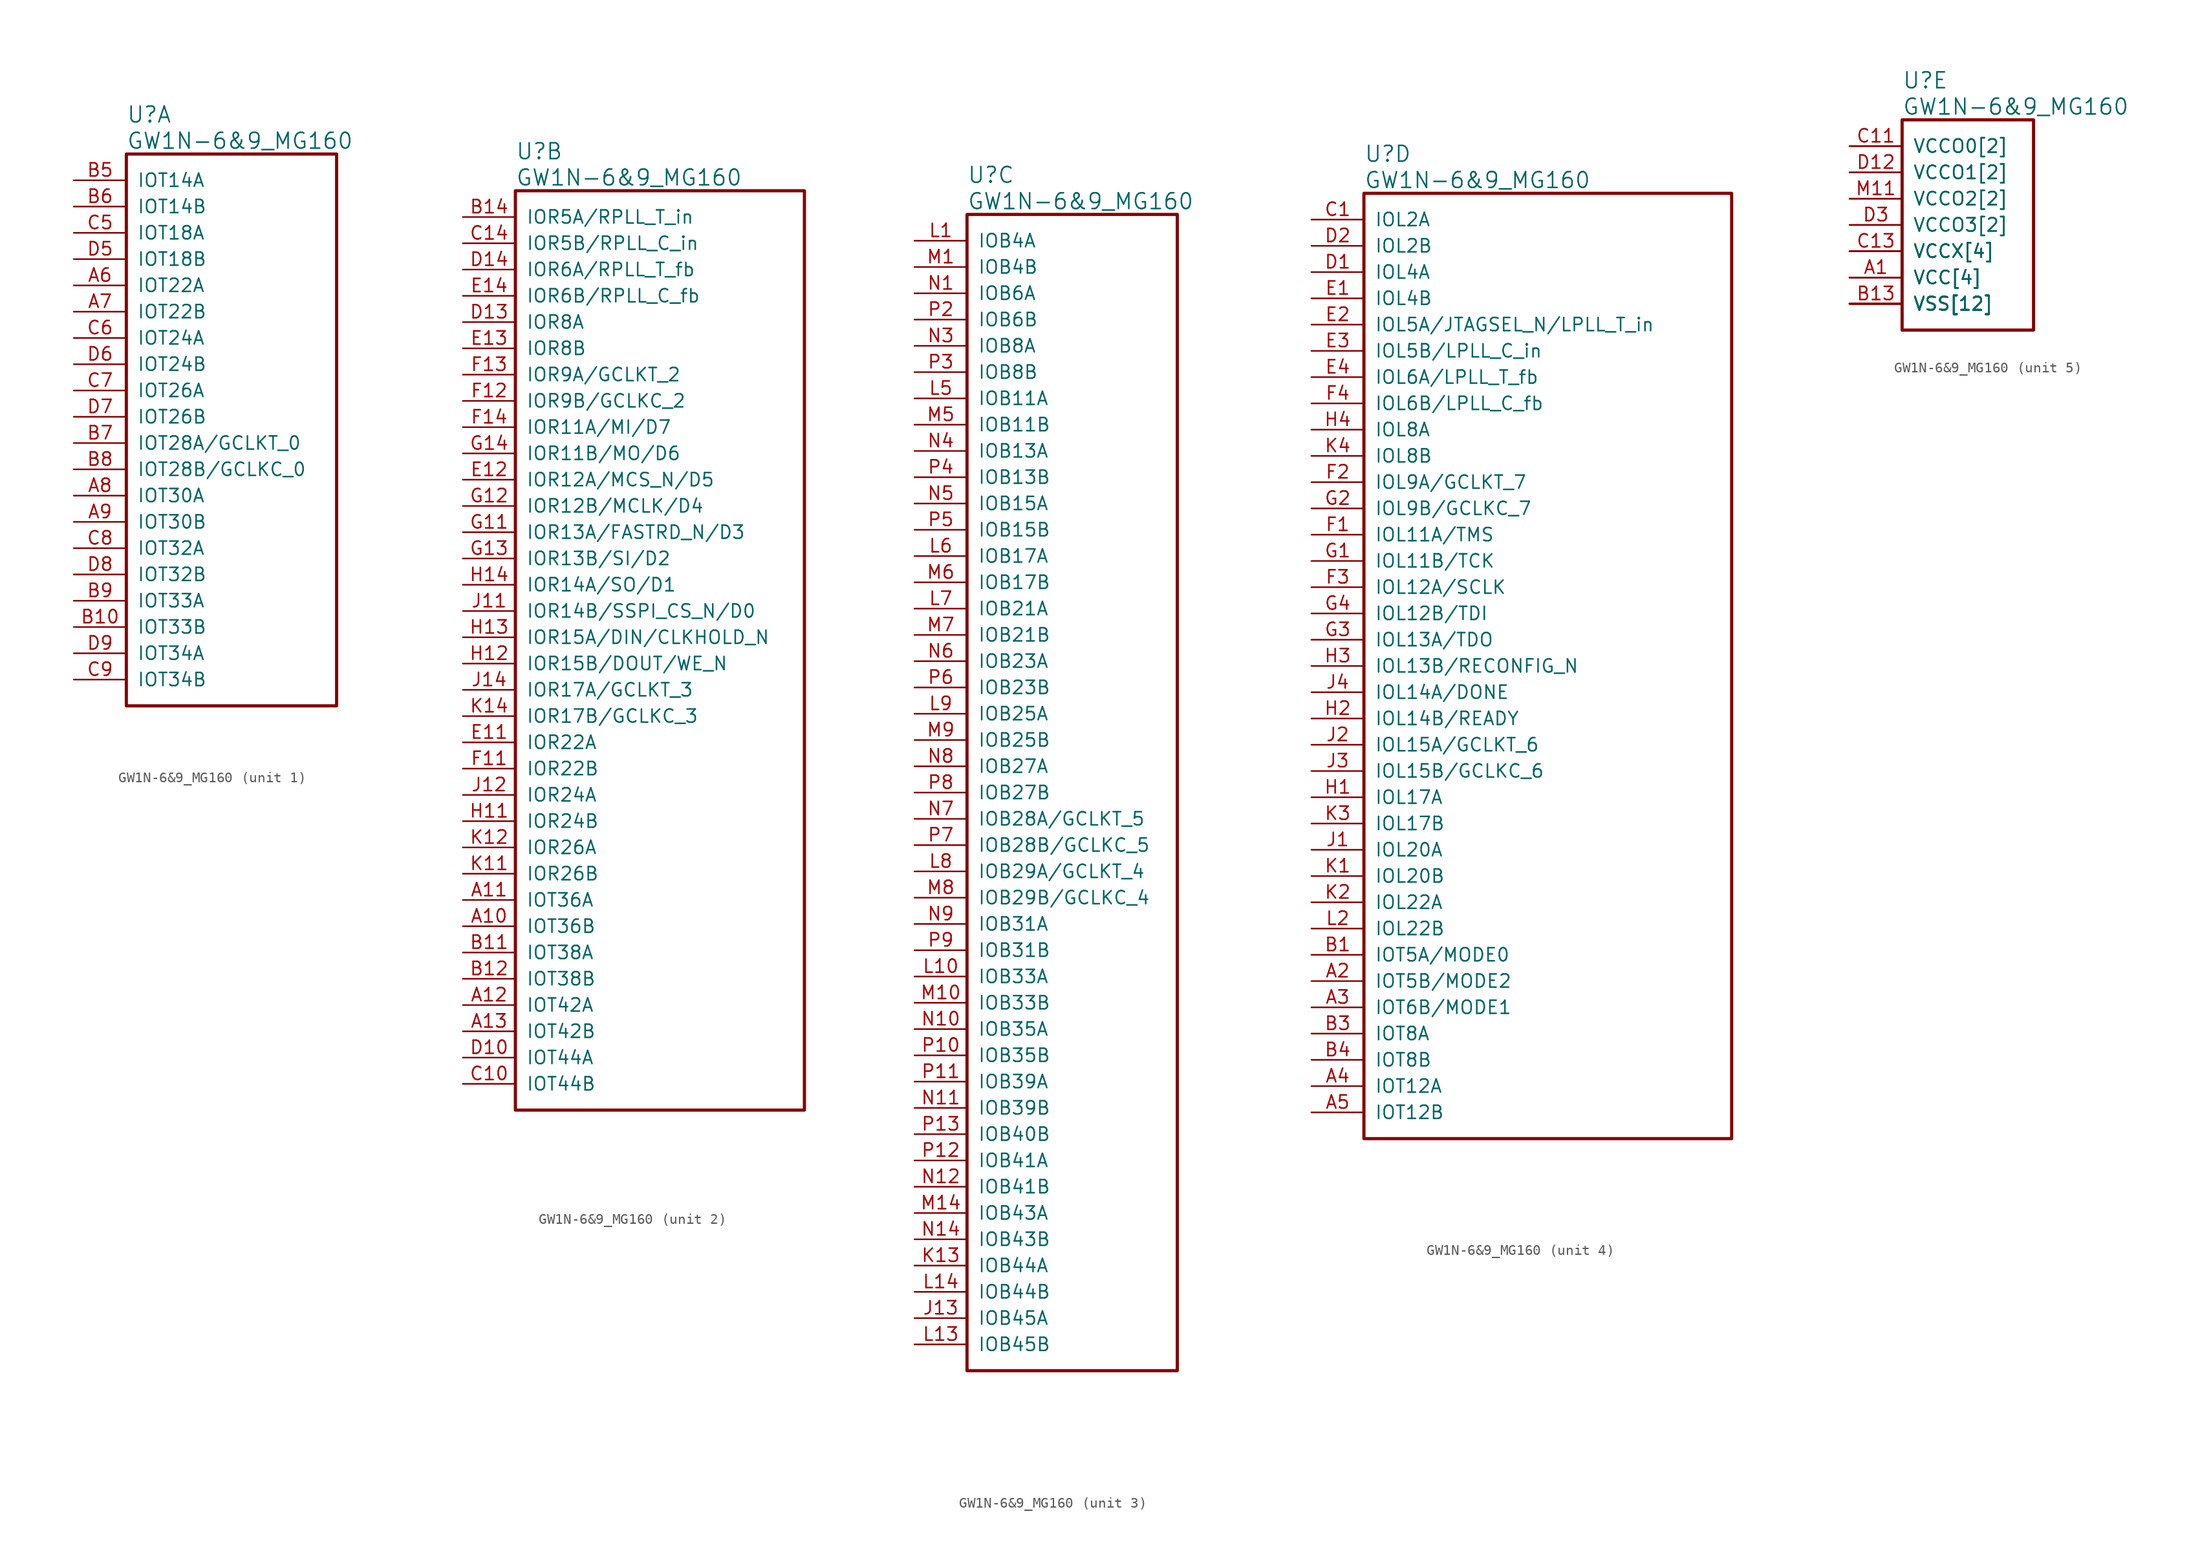
<source format=kicad_sym>
(kicad_symbol_lib
  (version 20241209)
  (generator "kicad_symbol_editor")
  (generator_version "9.0")
  (symbol "GW1N-6&9_MG160"
    (pin_names
      (offset 1.016))
    (property "Reference" "U"
      (at 5.08 6.35 0)
      (effects (font (size 1.524 1.524)) (justify left)))
    (property "Value" "GW1N-6&9_MG160"
      (at 5.08 3.81 0)
      (effects (font (size 1.524 1.524)) (justify left)))
    (property "ki_locked" ""
      (at 0 0 0)
      (effects (font (size 1.27 1.27))))
    (symbol "GW1N-6&9_MG160_1_1"
      (rectangle (start 5.08 2.54) (end 25.4 -50.8) (stroke (width 0.305) (type solid)) (fill (type none)))
      (pin bidirectional line (at 0 0 0) (length 5.08) (name "IOT14A" (effects (font (size 1.27 1.27)))) (number "B5" (effects (font (size 1.27 1.27)))))
      (pin bidirectional line (at 0 -2.54 0) (length 5.08) (name "IOT14B" (effects (font (size 1.27 1.27)))) (number "B6" (effects (font (size 1.27 1.27)))))
      (pin bidirectional line (at 0 -5.08 0) (length 5.08) (name "IOT18A" (effects (font (size 1.27 1.27)))) (number "C5" (effects (font (size 1.27 1.27)))))
      (pin bidirectional line (at 0 -7.62 0) (length 5.08) (name "IOT18B" (effects (font (size 1.27 1.27)))) (number "D5" (effects (font (size 1.27 1.27)))))
      (pin bidirectional line (at 0 -10.16 0) (length 5.08) (name "IOT22A" (effects (font (size 1.27 1.27)))) (number "A6" (effects (font (size 1.27 1.27)))))
      (pin bidirectional line (at 0 -12.7 0) (length 5.08) (name "IOT22B" (effects (font (size 1.27 1.27)))) (number "A7" (effects (font (size 1.27 1.27)))))
      (pin bidirectional line (at 0 -15.24 0) (length 5.08) (name "IOT24A" (effects (font (size 1.27 1.27)))) (number "C6" (effects (font (size 1.27 1.27)))))
      (pin bidirectional line (at 0 -17.78 0) (length 5.08) (name "IOT24B" (effects (font (size 1.27 1.27)))) (number "D6" (effects (font (size 1.27 1.27)))))
      (pin bidirectional line (at 0 -20.32 0) (length 5.08) (name "IOT26A" (effects (font (size 1.27 1.27)))) (number "C7" (effects (font (size 1.27 1.27)))))
      (pin bidirectional line (at 0 -22.86 0) (length 5.08) (name "IOT26B" (effects (font (size 1.27 1.27)))) (number "D7" (effects (font (size 1.27 1.27)))))
      (pin bidirectional line (at 0 -25.4 0) (length 5.08) (name "IOT28A/GCLKT_0" (effects (font (size 1.27 1.27)))) (number "B7" (effects (font (size 1.27 1.27)))))
      (pin bidirectional line (at 0 -27.94 0) (length 5.08) (name "IOT28B/GCLKC_0" (effects (font (size 1.27 1.27)))) (number "B8" (effects (font (size 1.27 1.27)))))
      (pin bidirectional line (at 0 -30.48 0) (length 5.08) (name "IOT30A" (effects (font (size 1.27 1.27)))) (number "A8" (effects (font (size 1.27 1.27)))))
      (pin bidirectional line (at 0 -33.02 0) (length 5.08) (name "IOT30B" (effects (font (size 1.27 1.27)))) (number "A9" (effects (font (size 1.27 1.27)))))
      (pin bidirectional line (at 0 -35.56 0) (length 5.08) (name "IOT32A" (effects (font (size 1.27 1.27)))) (number "C8" (effects (font (size 1.27 1.27)))))
      (pin bidirectional line (at 0 -38.1 0) (length 5.08) (name "IOT32B" (effects (font (size 1.27 1.27)))) (number "D8" (effects (font (size 1.27 1.27)))))
      (pin bidirectional line (at 0 -40.64 0) (length 5.08) (name "IOT33A" (effects (font (size 1.27 1.27)))) (number "B9" (effects (font (size 1.27 1.27)))))
      (pin bidirectional line (at 0 -43.18 0) (length 5.08) (name "IOT33B" (effects (font (size 1.27 1.27)))) (number "B10" (effects (font (size 1.27 1.27)))))
      (pin bidirectional line (at 0 -45.72 0) (length 5.08) (name "IOT34A" (effects (font (size 1.27 1.27)))) (number "D9" (effects (font (size 1.27 1.27)))))
      (pin bidirectional line (at 0 -48.26 0) (length 5.08) (name "IOT34B" (effects (font (size 1.27 1.27)))) (number "C9" (effects (font (size 1.27 1.27))))))
    (symbol "GW1N-6&9_MG160_2_1"
      (rectangle (start 5.08 2.54) (end 33.02 -86.36) (stroke (width 0.305) (type solid)) (fill (type none)))
      (pin bidirectional line (at 0 0 0) (length 5.08) (name "IOR5A/RPLL_T_in" (effects (font (size 1.27 1.27)))) (number "B14" (effects (font (size 1.27 1.27)))))
      (pin bidirectional line (at 0 -2.54 0) (length 5.08) (name "IOR5B/RPLL_C_in" (effects (font (size 1.27 1.27)))) (number "C14" (effects (font (size 1.27 1.27)))))
      (pin bidirectional line (at 0 -5.08 0) (length 5.08) (name "IOR6A/RPLL_T_fb" (effects (font (size 1.27 1.27)))) (number "D14" (effects (font (size 1.27 1.27)))))
      (pin bidirectional line (at 0 -7.62 0) (length 5.08) (name "IOR6B/RPLL_C_fb" (effects (font (size 1.27 1.27)))) (number "E14" (effects (font (size 1.27 1.27)))))
      (pin bidirectional line (at 0 -10.16 0) (length 5.08) (name "IOR8A" (effects (font (size 1.27 1.27)))) (number "D13" (effects (font (size 1.27 1.27)))))
      (pin bidirectional line (at 0 -12.7 0) (length 5.08) (name "IOR8B" (effects (font (size 1.27 1.27)))) (number "E13" (effects (font (size 1.27 1.27)))))
      (pin bidirectional line (at 0 -15.24 0) (length 5.08) (name "IOR9A/GCLKT_2" (effects (font (size 1.27 1.27)))) (number "F13" (effects (font (size 1.27 1.27)))))
      (pin bidirectional line (at 0 -17.78 0) (length 5.08) (name "IOR9B/GCLKC_2" (effects (font (size 1.27 1.27)))) (number "F12" (effects (font (size 1.27 1.27)))))
      (pin bidirectional line (at 0 -20.32 0) (length 5.08) (name "IOR11A/MI/D7" (effects (font (size 1.27 1.27)))) (number "F14" (effects (font (size 1.27 1.27)))))
      (pin bidirectional line (at 0 -22.86 0) (length 5.08) (name "IOR11B/MO/D6" (effects (font (size 1.27 1.27)))) (number "G14" (effects (font (size 1.27 1.27)))))
      (pin bidirectional line (at 0 -25.4 0) (length 5.08) (name "IOR12A/MCS_N/D5" (effects (font (size 1.27 1.27)))) (number "E12" (effects (font (size 1.27 1.27)))))
      (pin bidirectional line (at 0 -27.94 0) (length 5.08) (name "IOR12B/MCLK/D4" (effects (font (size 1.27 1.27)))) (number "G12" (effects (font (size 1.27 1.27)))))
      (pin bidirectional line (at 0 -30.48 0) (length 5.08) (name "IOR13A/FASTRD_N/D3" (effects (font (size 1.27 1.27)))) (number "G11" (effects (font (size 1.27 1.27)))))
      (pin bidirectional line (at 0 -33.02 0) (length 5.08) (name "IOR13B/SI/D2" (effects (font (size 1.27 1.27)))) (number "G13" (effects (font (size 1.27 1.27)))))
      (pin bidirectional line (at 0 -35.56 0) (length 5.08) (name "IOR14A/SO/D1" (effects (font (size 1.27 1.27)))) (number "H14" (effects (font (size 1.27 1.27)))))
      (pin bidirectional line (at 0 -38.1 0) (length 5.08) (name "IOR14B/SSPI_CS_N/D0" (effects (font (size 1.27 1.27)))) (number "J11" (effects (font (size 1.27 1.27)))))
      (pin bidirectional line (at 0 -40.64 0) (length 5.08) (name "IOR15A/DIN/CLKHOLD_N" (effects (font (size 1.27 1.27)))) (number "H13" (effects (font (size 1.27 1.27)))))
      (pin bidirectional line (at 0 -43.18 0) (length 5.08) (name "IOR15B/DOUT/WE_N" (effects (font (size 1.27 1.27)))) (number "H12" (effects (font (size 1.27 1.27)))))
      (pin bidirectional line (at 0 -45.72 0) (length 5.08) (name "IOR17A/GCLKT_3" (effects (font (size 1.27 1.27)))) (number "J14" (effects (font (size 1.27 1.27)))))
      (pin bidirectional line (at 0 -48.26 0) (length 5.08) (name "IOR17B/GCLKC_3" (effects (font (size 1.27 1.27)))) (number "K14" (effects (font (size 1.27 1.27)))))
      (pin bidirectional line (at 0 -50.8 0) (length 5.08) (name "IOR22A" (effects (font (size 1.27 1.27)))) (number "E11" (effects (font (size 1.27 1.27)))))
      (pin bidirectional line (at 0 -53.34 0) (length 5.08) (name "IOR22B" (effects (font (size 1.27 1.27)))) (number "F11" (effects (font (size 1.27 1.27)))))
      (pin bidirectional line (at 0 -55.88 0) (length 5.08) (name "IOR24A" (effects (font (size 1.27 1.27)))) (number "J12" (effects (font (size 1.27 1.27)))))
      (pin bidirectional line (at 0 -58.42 0) (length 5.08) (name "IOR24B" (effects (font (size 1.27 1.27)))) (number "H11" (effects (font (size 1.27 1.27)))))
      (pin bidirectional line (at 0 -60.96 0) (length 5.08) (name "IOR26A" (effects (font (size 1.27 1.27)))) (number "K12" (effects (font (size 1.27 1.27)))))
      (pin bidirectional line (at 0 -63.5 0) (length 5.08) (name "IOR26B" (effects (font (size 1.27 1.27)))) (number "K11" (effects (font (size 1.27 1.27)))))
      (pin bidirectional line (at 0 -66.04 0) (length 5.08) (name "IOT36A" (effects (font (size 1.27 1.27)))) (number "A11" (effects (font (size 1.27 1.27)))))
      (pin bidirectional line (at 0 -68.58 0) (length 5.08) (name "IOT36B" (effects (font (size 1.27 1.27)))) (number "A10" (effects (font (size 1.27 1.27)))))
      (pin bidirectional line (at 0 -71.12 0) (length 5.08) (name "IOT38A" (effects (font (size 1.27 1.27)))) (number "B11" (effects (font (size 1.27 1.27)))))
      (pin bidirectional line (at 0 -73.66 0) (length 5.08) (name "IOT38B" (effects (font (size 1.27 1.27)))) (number "B12" (effects (font (size 1.27 1.27)))))
      (pin bidirectional line (at 0 -76.2 0) (length 5.08) (name "IOT42A" (effects (font (size 1.27 1.27)))) (number "A12" (effects (font (size 1.27 1.27)))))
      (pin bidirectional line (at 0 -78.74 0) (length 5.08) (name "IOT42B" (effects (font (size 1.27 1.27)))) (number "A13" (effects (font (size 1.27 1.27)))))
      (pin bidirectional line (at 0 -81.28 0) (length 5.08) (name "IOT44A" (effects (font (size 1.27 1.27)))) (number "D10" (effects (font (size 1.27 1.27)))))
      (pin bidirectional line (at 0 -83.82 0) (length 5.08) (name "IOT44B" (effects (font (size 1.27 1.27)))) (number "C10" (effects (font (size 1.27 1.27))))))
    (symbol "GW1N-6&9_MG160_3_1"
      (rectangle (start 5.08 2.54) (end 25.4 -109.22) (stroke (width 0.305) (type solid)) (fill (type none)))
      (pin bidirectional line (at 0 0 0) (length 5.08) (name "IOB4A" (effects (font (size 1.27 1.27)))) (number "L1" (effects (font (size 1.27 1.27)))))
      (pin bidirectional line (at 0 -2.54 0) (length 5.08) (name "IOB4B" (effects (font (size 1.27 1.27)))) (number "M1" (effects (font (size 1.27 1.27)))))
      (pin bidirectional line (at 0 -5.08 0) (length 5.08) (name "IOB6A" (effects (font (size 1.27 1.27)))) (number "N1" (effects (font (size 1.27 1.27)))))
      (pin bidirectional line (at 0 -7.62 0) (length 5.08) (name "IOB6B" (effects (font (size 1.27 1.27)))) (number "P2" (effects (font (size 1.27 1.27)))))
      (pin bidirectional line (at 0 -10.16 0) (length 5.08) (name "IOB8A" (effects (font (size 1.27 1.27)))) (number "N3" (effects (font (size 1.27 1.27)))))
      (pin bidirectional line (at 0 -12.7 0) (length 5.08) (name "IOB8B" (effects (font (size 1.27 1.27)))) (number "P3" (effects (font (size 1.27 1.27)))))
      (pin bidirectional line (at 0 -15.24 0) (length 5.08) (name "IOB11A" (effects (font (size 1.27 1.27)))) (number "L5" (effects (font (size 1.27 1.27)))))
      (pin bidirectional line (at 0 -17.78 0) (length 5.08) (name "IOB11B" (effects (font (size 1.27 1.27)))) (number "M5" (effects (font (size 1.27 1.27)))))
      (pin bidirectional line (at 0 -20.32 0) (length 5.08) (name "IOB13A" (effects (font (size 1.27 1.27)))) (number "N4" (effects (font (size 1.27 1.27)))))
      (pin bidirectional line (at 0 -22.86 0) (length 5.08) (name "IOB13B" (effects (font (size 1.27 1.27)))) (number "P4" (effects (font (size 1.27 1.27)))))
      (pin bidirectional line (at 0 -25.4 0) (length 5.08) (name "IOB15A" (effects (font (size 1.27 1.27)))) (number "N5" (effects (font (size 1.27 1.27)))))
      (pin bidirectional line (at 0 -27.94 0) (length 5.08) (name "IOB15B" (effects (font (size 1.27 1.27)))) (number "P5" (effects (font (size 1.27 1.27)))))
      (pin bidirectional line (at 0 -30.48 0) (length 5.08) (name "IOB17A" (effects (font (size 1.27 1.27)))) (number "L6" (effects (font (size 1.27 1.27)))))
      (pin bidirectional line (at 0 -33.02 0) (length 5.08) (name "IOB17B" (effects (font (size 1.27 1.27)))) (number "M6" (effects (font (size 1.27 1.27)))))
      (pin bidirectional line (at 0 -35.56 0) (length 5.08) (name "IOB21A" (effects (font (size 1.27 1.27)))) (number "L7" (effects (font (size 1.27 1.27)))))
      (pin bidirectional line (at 0 -38.1 0) (length 5.08) (name "IOB21B" (effects (font (size 1.27 1.27)))) (number "M7" (effects (font (size 1.27 1.27)))))
      (pin bidirectional line (at 0 -40.64 0) (length 5.08) (name "IOB23A" (effects (font (size 1.27 1.27)))) (number "N6" (effects (font (size 1.27 1.27)))))
      (pin bidirectional line (at 0 -43.18 0) (length 5.08) (name "IOB23B" (effects (font (size 1.27 1.27)))) (number "P6" (effects (font (size 1.27 1.27)))))
      (pin bidirectional line (at 0 -45.72 0) (length 5.08) (name "IOB25A" (effects (font (size 1.27 1.27)))) (number "L9" (effects (font (size 1.27 1.27)))))
      (pin bidirectional line (at 0 -48.26 0) (length 5.08) (name "IOB25B" (effects (font (size 1.27 1.27)))) (number "M9" (effects (font (size 1.27 1.27)))))
      (pin bidirectional line (at 0 -50.8 0) (length 5.08) (name "IOB27A" (effects (font (size 1.27 1.27)))) (number "N8" (effects (font (size 1.27 1.27)))))
      (pin bidirectional line (at 0 -53.34 0) (length 5.08) (name "IOB27B" (effects (font (size 1.27 1.27)))) (number "P8" (effects (font (size 1.27 1.27)))))
      (pin bidirectional line (at 0 -55.88 0) (length 5.08) (name "IOB28A/GCLKT_5" (effects (font (size 1.27 1.27)))) (number "N7" (effects (font (size 1.27 1.27)))))
      (pin bidirectional line (at 0 -58.42 0) (length 5.08) (name "IOB28B/GCLKC_5" (effects (font (size 1.27 1.27)))) (number "P7" (effects (font (size 1.27 1.27)))))
      (pin bidirectional line (at 0 -60.96 0) (length 5.08) (name "IOB29A/GCLKT_4" (effects (font (size 1.27 1.27)))) (number "L8" (effects (font (size 1.27 1.27)))))
      (pin bidirectional line (at 0 -63.5 0) (length 5.08) (name "IOB29B/GCLKC_4" (effects (font (size 1.27 1.27)))) (number "M8" (effects (font (size 1.27 1.27)))))
      (pin bidirectional line (at 0 -66.04 0) (length 5.08) (name "IOB31A" (effects (font (size 1.27 1.27)))) (number "N9" (effects (font (size 1.27 1.27)))))
      (pin bidirectional line (at 0 -68.58 0) (length 5.08) (name "IOB31B" (effects (font (size 1.27 1.27)))) (number "P9" (effects (font (size 1.27 1.27)))))
      (pin bidirectional line (at 0 -71.12 0) (length 5.08) (name "IOB33A" (effects (font (size 1.27 1.27)))) (number "L10" (effects (font (size 1.27 1.27)))))
      (pin bidirectional line (at 0 -73.66 0) (length 5.08) (name "IOB33B" (effects (font (size 1.27 1.27)))) (number "M10" (effects (font (size 1.27 1.27)))))
      (pin bidirectional line (at 0 -76.2 0) (length 5.08) (name "IOB35A" (effects (font (size 1.27 1.27)))) (number "N10" (effects (font (size 1.27 1.27)))))
      (pin bidirectional line (at 0 -78.74 0) (length 5.08) (name "IOB35B" (effects (font (size 1.27 1.27)))) (number "P10" (effects (font (size 1.27 1.27)))))
      (pin bidirectional line (at 0 -81.28 0) (length 5.08) (name "IOB39A" (effects (font (size 1.27 1.27)))) (number "P11" (effects (font (size 1.27 1.27)))))
      (pin bidirectional line (at 0 -83.82 0) (length 5.08) (name "IOB39B" (effects (font (size 1.27 1.27)))) (number "N11" (effects (font (size 1.27 1.27)))))
      (pin bidirectional line (at 0 -86.36 0) (length 5.08) (name "IOB40B" (effects (font (size 1.27 1.27)))) (number "P13" (effects (font (size 1.27 1.27)))))
      (pin bidirectional line (at 0 -88.9 0) (length 5.08) (name "IOB41A" (effects (font (size 1.27 1.27)))) (number "P12" (effects (font (size 1.27 1.27)))))
      (pin bidirectional line (at 0 -91.44 0) (length 5.08) (name "IOB41B" (effects (font (size 1.27 1.27)))) (number "N12" (effects (font (size 1.27 1.27)))))
      (pin bidirectional line (at 0 -93.98 0) (length 5.08) (name "IOB43A" (effects (font (size 1.27 1.27)))) (number "M14" (effects (font (size 1.27 1.27)))))
      (pin bidirectional line (at 0 -96.52 0) (length 5.08) (name "IOB43B" (effects (font (size 1.27 1.27)))) (number "N14" (effects (font (size 1.27 1.27)))))
      (pin bidirectional line (at 0 -99.06 0) (length 5.08) (name "IOB44A" (effects (font (size 1.27 1.27)))) (number "K13" (effects (font (size 1.27 1.27)))))
      (pin bidirectional line (at 0 -101.6 0) (length 5.08) (name "IOB44B" (effects (font (size 1.27 1.27)))) (number "L14" (effects (font (size 1.27 1.27)))))
      (pin bidirectional line (at 0 -104.14 0) (length 5.08) (name "IOB45A" (effects (font (size 1.27 1.27)))) (number "J13" (effects (font (size 1.27 1.27)))))
      (pin bidirectional line (at 0 -106.68 0) (length 5.08) (name "IOB45B" (effects (font (size 1.27 1.27)))) (number "L13" (effects (font (size 1.27 1.27))))))
    (symbol "GW1N-6&9_MG160_4_1"
      (rectangle (start 5.08 2.54) (end 40.64 -88.9) (stroke (width 0.305) (type solid)) (fill (type none)))
      (pin bidirectional line (at 0 0 0) (length 5.08) (name "IOL2A" (effects (font (size 1.27 1.27)))) (number "C1" (effects (font (size 1.27 1.27)))))
      (pin bidirectional line (at 0 -2.54 0) (length 5.08) (name "IOL2B" (effects (font (size 1.27 1.27)))) (number "D2" (effects (font (size 1.27 1.27)))))
      (pin bidirectional line (at 0 -5.08 0) (length 5.08) (name "IOL4A" (effects (font (size 1.27 1.27)))) (number "D1" (effects (font (size 1.27 1.27)))))
      (pin bidirectional line (at 0 -7.62 0) (length 5.08) (name "IOL4B" (effects (font (size 1.27 1.27)))) (number "E1" (effects (font (size 1.27 1.27)))))
      (pin bidirectional line (at 0 -10.16 0) (length 5.08) (name "IOL5A/JTAGSEL_N/LPLL_T_in" (effects (font (size 1.27 1.27)))) (number "E2" (effects (font (size 1.27 1.27)))))
      (pin bidirectional line (at 0 -12.7 0) (length 5.08) (name "IOL5B/LPLL_C_in" (effects (font (size 1.27 1.27)))) (number "E3" (effects (font (size 1.27 1.27)))))
      (pin bidirectional line (at 0 -15.24 0) (length 5.08) (name "IOL6A/LPLL_T_fb" (effects (font (size 1.27 1.27)))) (number "E4" (effects (font (size 1.27 1.27)))))
      (pin bidirectional line (at 0 -17.78 0) (length 5.08) (name "IOL6B/LPLL_C_fb" (effects (font (size 1.27 1.27)))) (number "F4" (effects (font (size 1.27 1.27)))))
      (pin bidirectional line (at 0 -20.32 0) (length 5.08) (name "IOL8A" (effects (font (size 1.27 1.27)))) (number "H4" (effects (font (size 1.27 1.27)))))
      (pin bidirectional line (at 0 -22.86 0) (length 5.08) (name "IOL8B" (effects (font (size 1.27 1.27)))) (number "K4" (effects (font (size 1.27 1.27)))))
      (pin bidirectional line (at 0 -25.4 0) (length 5.08) (name "IOL9A/GCLKT_7" (effects (font (size 1.27 1.27)))) (number "F2" (effects (font (size 1.27 1.27)))))
      (pin bidirectional line (at 0 -27.94 0) (length 5.08) (name "IOL9B/GCLKC_7" (effects (font (size 1.27 1.27)))) (number "G2" (effects (font (size 1.27 1.27)))))
      (pin bidirectional line (at 0 -30.48 0) (length 5.08) (name "IOL11A/TMS" (effects (font (size 1.27 1.27)))) (number "F1" (effects (font (size 1.27 1.27)))))
      (pin bidirectional line (at 0 -33.02 0) (length 5.08) (name "IOL11B/TCK" (effects (font (size 1.27 1.27)))) (number "G1" (effects (font (size 1.27 1.27)))))
      (pin bidirectional line (at 0 -35.56 0) (length 5.08) (name "IOL12A/SCLK" (effects (font (size 1.27 1.27)))) (number "F3" (effects (font (size 1.27 1.27)))))
      (pin bidirectional line (at 0 -38.1 0) (length 5.08) (name "IOL12B/TDI" (effects (font (size 1.27 1.27)))) (number "G4" (effects (font (size 1.27 1.27)))))
      (pin bidirectional line (at 0 -40.64 0) (length 5.08) (name "IOL13A/TDO" (effects (font (size 1.27 1.27)))) (number "G3" (effects (font (size 1.27 1.27)))))
      (pin bidirectional line (at 0 -43.18 0) (length 5.08) (name "IOL13B/RECONFIG_N" (effects (font (size 1.27 1.27)))) (number "H3" (effects (font (size 1.27 1.27)))))
      (pin bidirectional line (at 0 -45.72 0) (length 5.08) (name "IOL14A/DONE" (effects (font (size 1.27 1.27)))) (number "J4" (effects (font (size 1.27 1.27)))))
      (pin bidirectional line (at 0 -48.26 0) (length 5.08) (name "IOL14B/READY" (effects (font (size 1.27 1.27)))) (number "H2" (effects (font (size 1.27 1.27)))))
      (pin bidirectional line (at 0 -50.8 0) (length 5.08) (name "IOL15A/GCLKT_6" (effects (font (size 1.27 1.27)))) (number "J2" (effects (font (size 1.27 1.27)))))
      (pin bidirectional line (at 0 -53.34 0) (length 5.08) (name "IOL15B/GCLKC_6" (effects (font (size 1.27 1.27)))) (number "J3" (effects (font (size 1.27 1.27)))))
      (pin bidirectional line (at 0 -55.88 0) (length 5.08) (name "IOL17A" (effects (font (size 1.27 1.27)))) (number "H1" (effects (font (size 1.27 1.27)))))
      (pin bidirectional line (at 0 -58.42 0) (length 5.08) (name "IOL17B" (effects (font (size 1.27 1.27)))) (number "K3" (effects (font (size 1.27 1.27)))))
      (pin bidirectional line (at 0 -60.96 0) (length 5.08) (name "IOL20A" (effects (font (size 1.27 1.27)))) (number "J1" (effects (font (size 1.27 1.27)))))
      (pin bidirectional line (at 0 -63.5 0) (length 5.08) (name "IOL20B" (effects (font (size 1.27 1.27)))) (number "K1" (effects (font (size 1.27 1.27)))))
      (pin bidirectional line (at 0 -66.04 0) (length 5.08) (name "IOL22A" (effects (font (size 1.27 1.27)))) (number "K2" (effects (font (size 1.27 1.27)))))
      (pin bidirectional line (at 0 -68.58 0) (length 5.08) (name "IOL22B" (effects (font (size 1.27 1.27)))) (number "L2" (effects (font (size 1.27 1.27)))))
      (pin bidirectional line (at 0 -71.12 0) (length 5.08) (name "IOT5A/MODE0" (effects (font (size 1.27 1.27)))) (number "B1" (effects (font (size 1.27 1.27)))))
      (pin bidirectional line (at 0 -73.66 0) (length 5.08) (name "IOT5B/MODE2" (effects (font (size 1.27 1.27)))) (number "A2" (effects (font (size 1.27 1.27)))))
      (pin bidirectional line (at 0 -76.2 0) (length 5.08) (name "IOT6B/MODE1" (effects (font (size 1.27 1.27)))) (number "A3" (effects (font (size 1.27 1.27)))))
      (pin bidirectional line (at 0 -78.74 0) (length 5.08) (name "IOT8A" (effects (font (size 1.27 1.27)))) (number "B3" (effects (font (size 1.27 1.27)))))
      (pin bidirectional line (at 0 -81.28 0) (length 5.08) (name "IOT8B" (effects (font (size 1.27 1.27)))) (number "B4" (effects (font (size 1.27 1.27)))))
      (pin bidirectional line (at 0 -83.82 0) (length 5.08) (name "IOT12A" (effects (font (size 1.27 1.27)))) (number "A4" (effects (font (size 1.27 1.27)))))
      (pin bidirectional line (at 0 -86.36 0) (length 5.08) (name "IOT12B" (effects (font (size 1.27 1.27)))) (number "A5" (effects (font (size 1.27 1.27))))))
    (symbol "GW1N-6&9_MG160_5_1"
      (rectangle (start 5.08 2.54) (end 17.78 -17.78) (stroke (width 0.305) (type solid)) (fill (type none)))
      (pin power_in line (at 0 0 0) (length 5.08) (name "VCCO0[2]" (effects (font (size 1.27 1.27)))) (number "C11" (effects (font (size 1.27 1.27)))))
      (pin power_in line (at 0 0 0) (length 5.08) (name "VCCO0[2]" (effects (font (size 1.27 1.27)))) (number "C4" (effects (font (size 0 0)))))
      (pin power_in line (at 0 -2.54 0) (length 5.08) (name "VCCO1[2]" (effects (font (size 1.27 1.27)))) (number "D12" (effects (font (size 1.27 1.27)))))
      (pin power_in line (at 0 -2.54 0) (length 5.08) (name "VCCO1[2]" (effects (font (size 1.27 1.27)))) (number "L12" (effects (font (size 0 0)))))
      (pin power_in line (at 0 -5.08 0) (length 5.08) (name "VCCO2[2]" (effects (font (size 1.27 1.27)))) (number "M11" (effects (font (size 1.27 1.27)))))
      (pin power_in line (at 0 -5.08 0) (length 5.08) (name "VCCO2[2]" (effects (font (size 1.27 1.27)))) (number "M4" (effects (font (size 0 0)))))
      (pin power_in line (at 0 -7.62 0) (length 5.08) (name "VCCO3[2]" (effects (font (size 1.27 1.27)))) (number "D3" (effects (font (size 1.27 1.27)))))
      (pin power_in line (at 0 -7.62 0) (length 5.08) (name "VCCO3[2]" (effects (font (size 1.27 1.27)))) (number "L3" (effects (font (size 0 0)))))
      (pin power_in line (at 0 -10.16 0) (length 5.08) (name "VCCX[4]" (effects (font (size 1.27 1.27)))) (number "C13" (effects (font (size 1.27 1.27)))))
      (pin power_in line (at 0 -10.16 0) (length 5.08) (name "VCCX[4]" (effects (font (size 1.27 1.27)))) (number "C2" (effects (font (size 0 0)))))
      (pin power_in line (at 0 -10.16 0) (length 5.08) (name "VCCX[4]" (effects (font (size 1.27 1.27)))) (number "M13" (effects (font (size 0 0)))))
      (pin power_in line (at 0 -10.16 0) (length 5.08) (name "VCCX[4]" (effects (font (size 1.27 1.27)))) (number "M2" (effects (font (size 0 0)))))
      (pin power_in line (at 0 -12.7 0) (length 5.08) (name "VCC[4]" (effects (font (size 1.27 1.27)))) (number "A1" (effects (font (size 1.27 1.27)))))
      (pin power_in line (at 0 -12.7 0) (length 5.08) (name "VCC[4]" (effects (font (size 1.27 1.27)))) (number "A14" (effects (font (size 0 0)))))
      (pin power_in line (at 0 -12.7 0) (length 5.08) (name "VCC[4]" (effects (font (size 1.27 1.27)))) (number "P1" (effects (font (size 0 0)))))
      (pin power_in line (at 0 -12.7 0) (length 5.08) (name "VCC[4]" (effects (font (size 1.27 1.27)))) (number "P14" (effects (font (size 0 0)))))
      (pin power_in line (at 0 -15.24 0) (length 5.08) (name "VSS[12]" (effects (font (size 1.27 1.27)))) (number "B13" (effects (font (size 1.27 1.27)))))
      (pin power_in line (at 0 -15.24 0) (length 5.08) (name "VSS[12]" (effects (font (size 1.27 1.27)))) (number "B2" (effects (font (size 0 0)))))
      (pin power_in line (at 0 -15.24 0) (length 5.08) (name "VSS[12]" (effects (font (size 1.27 1.27)))) (number "C12" (effects (font (size 0 0)))))
      (pin power_in line (at 0 -15.24 0) (length 5.08) (name "VSS[12]" (effects (font (size 1.27 1.27)))) (number "C3" (effects (font (size 0 0)))))
      (pin power_in line (at 0 -15.24 0) (length 5.08) (name "VSS[12]" (effects (font (size 1.27 1.27)))) (number "D11" (effects (font (size 0 0)))))
      (pin power_in line (at 0 -15.24 0) (length 5.08) (name "VSS[12]" (effects (font (size 1.27 1.27)))) (number "D4" (effects (font (size 0 0)))))
      (pin power_in line (at 0 -15.24 0) (length 5.08) (name "VSS[12]" (effects (font (size 1.27 1.27)))) (number "L11" (effects (font (size 0 0)))))
      (pin power_in line (at 0 -15.24 0) (length 5.08) (name "VSS[12]" (effects (font (size 1.27 1.27)))) (number "L4" (effects (font (size 0 0)))))
      (pin power_in line (at 0 -15.24 0) (length 5.08) (name "VSS[12]" (effects (font (size 1.27 1.27)))) (number "M12" (effects (font (size 0 0)))))
      (pin power_in line (at 0 -15.24 0) (length 5.08) (name "VSS[12]" (effects (font (size 1.27 1.27)))) (number "M3" (effects (font (size 0 0)))))
      (pin power_in line (at 0 -15.24 0) (length 5.08) (name "VSS[12]" (effects (font (size 1.27 1.27)))) (number "N13" (effects (font (size 0 0)))))
      (pin power_in line (at 0 -15.24 0) (length 5.08) (name "VSS[12]" (effects (font (size 1.27 1.27)))) (number "N2" (effects (font (size 0 0))))))))
</source>
